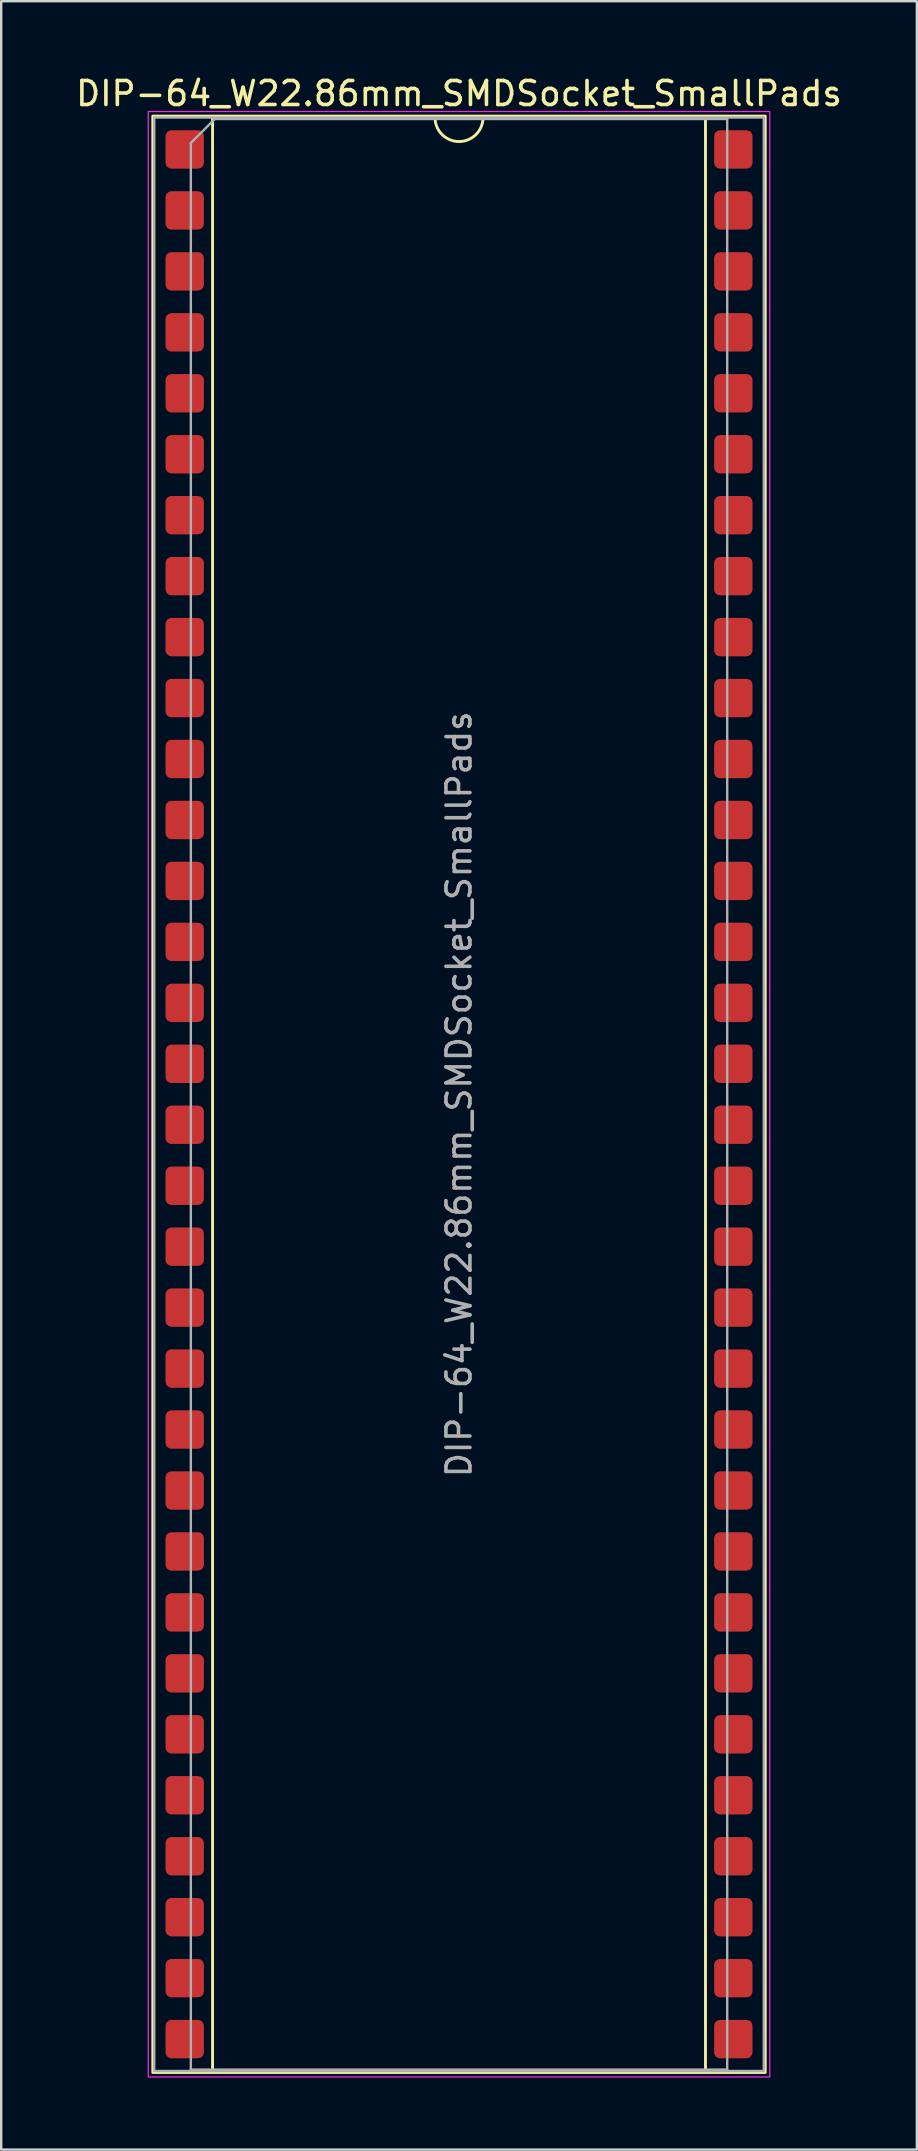
<source format=kicad_pcb>
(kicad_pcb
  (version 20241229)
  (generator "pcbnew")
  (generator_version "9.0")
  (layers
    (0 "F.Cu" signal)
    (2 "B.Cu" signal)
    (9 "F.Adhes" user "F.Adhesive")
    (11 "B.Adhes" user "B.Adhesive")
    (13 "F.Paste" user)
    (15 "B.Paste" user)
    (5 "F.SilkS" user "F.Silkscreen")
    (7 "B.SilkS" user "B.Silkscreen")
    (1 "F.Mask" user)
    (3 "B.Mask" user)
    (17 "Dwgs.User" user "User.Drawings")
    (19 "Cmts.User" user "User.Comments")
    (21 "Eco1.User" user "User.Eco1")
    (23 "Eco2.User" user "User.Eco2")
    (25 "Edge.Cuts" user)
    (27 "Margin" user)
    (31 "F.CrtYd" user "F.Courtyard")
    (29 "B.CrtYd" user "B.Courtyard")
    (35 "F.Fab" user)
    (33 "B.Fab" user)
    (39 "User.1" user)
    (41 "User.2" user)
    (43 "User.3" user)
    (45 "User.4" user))
  (footprint "DIP-64_W22.86mm_SMDSocket_SmallPads"
    (layer "F.Cu")
    (at 16.077 42.548)
    (property "Reference" "DIP-64_W22.86mm_SMDSocket_SmallPads" (at 0 -41.7 0) (layer "F.SilkS") (effects (font (size 1 1) (thickness 0.15))))
    (attr smd)
    (fp_line (start -10.27 -40.7) (end -10.27 40.7) (stroke (width 0.12) (type solid)) (layer "F.SilkS"))
    (fp_line (start -10.27 40.7) (end 10.27 40.7) (stroke (width 0.12) (type solid)) (layer "F.SilkS"))
    (fp_line (start -1 -40.7) (end -10.27 -40.7) (stroke (width 0.12) (type solid)) (layer "F.SilkS"))
    (fp_line (start 10.27 -40.7) (end 1 -40.7) (stroke (width 0.12) (type solid)) (layer "F.SilkS"))
    (fp_line (start 10.27 40.7) (end 10.27 -40.7) (stroke (width 0.12) (type solid)) (layer "F.SilkS"))
    (fp_rect (start -12.76 -40.76) (end 12.76 40.76) (stroke (width 0.12) (type solid)) (fill no) (layer "F.SilkS"))
    (fp_arc (start 1 -40.7) (mid 0 -39.7) (end -1 -40.7) (stroke (width 0.12) (type solid)) (layer "F.SilkS"))
    (fp_rect (start -12.95 -40.95) (end 12.95 40.95) (stroke (width 0.05) (type solid)) (fill no) (layer "F.CrtYd"))
    (fp_line (start -11.175 -39.64) (end -10.175 -40.64) (stroke (width 0.1) (type solid)) (layer "F.Fab"))
    (fp_line (start -11.175 40.64) (end -11.175 -39.64) (stroke (width 0.1) (type solid)) (layer "F.Fab"))
    (fp_line (start -10.175 -40.64) (end 11.175 -40.64) (stroke (width 0.1) (type solid)) (layer "F.Fab"))
    (fp_line (start 11.175 -40.64) (end 11.175 40.64) (stroke (width 0.1) (type solid)) (layer "F.Fab"))
    (fp_line (start 11.175 40.64) (end -11.175 40.64) (stroke (width 0.1) (type solid)) (layer "F.Fab"))
    (fp_rect (start -12.7 -40.7) (end 12.7 40.7) (stroke (width 0.1) (type solid)) (fill no) (layer "F.Fab"))
    (fp_text user "${REFERENCE}" (at 0 0 90) (layer "F.Fab") (effects (font (size 1 1) (thickness 0.15))))
    (pad "1" smd roundrect (at -11.43 -39.37) (size 1.6 1.6) (layers "F.Cu" "F.Mask" "F.Paste") (roundrect_rratio 0.156))
    (pad "2" smd roundrect (at -11.43 -36.83) (size 1.6 1.6) (layers "F.Cu" "F.Mask" "F.Paste") (roundrect_rratio 0.156))
    (pad "3" smd roundrect (at -11.43 -34.29) (size 1.6 1.6) (layers "F.Cu" "F.Mask" "F.Paste") (roundrect_rratio 0.156))
    (pad "4" smd roundrect (at -11.43 -31.75) (size 1.6 1.6) (layers "F.Cu" "F.Mask" "F.Paste") (roundrect_rratio 0.156))
    (pad "5" smd roundrect (at -11.43 -29.21) (size 1.6 1.6) (layers "F.Cu" "F.Mask" "F.Paste") (roundrect_rratio 0.156))
    (pad "6" smd roundrect (at -11.43 -26.67) (size 1.6 1.6) (layers "F.Cu" "F.Mask" "F.Paste") (roundrect_rratio 0.156))
    (pad "7" smd roundrect (at -11.43 -24.13) (size 1.6 1.6) (layers "F.Cu" "F.Mask" "F.Paste") (roundrect_rratio 0.156))
    (pad "8" smd roundrect (at -11.43 -21.59) (size 1.6 1.6) (layers "F.Cu" "F.Mask" "F.Paste") (roundrect_rratio 0.156))
    (pad "9" smd roundrect (at -11.43 -19.05) (size 1.6 1.6) (layers "F.Cu" "F.Mask" "F.Paste") (roundrect_rratio 0.156))
    (pad "10" smd roundrect (at -11.43 -16.51) (size 1.6 1.6) (layers "F.Cu" "F.Mask" "F.Paste") (roundrect_rratio 0.156))
    (pad "11" smd roundrect (at -11.43 -13.97) (size 1.6 1.6) (layers "F.Cu" "F.Mask" "F.Paste") (roundrect_rratio 0.156))
    (pad "12" smd roundrect (at -11.43 -11.43) (size 1.6 1.6) (layers "F.Cu" "F.Mask" "F.Paste") (roundrect_rratio 0.156))
    (pad "13" smd roundrect (at -11.43 -8.89) (size 1.6 1.6) (layers "F.Cu" "F.Mask" "F.Paste") (roundrect_rratio 0.156))
    (pad "14" smd roundrect (at -11.43 -6.35) (size 1.6 1.6) (layers "F.Cu" "F.Mask" "F.Paste") (roundrect_rratio 0.156))
    (pad "15" smd roundrect (at -11.43 -3.81) (size 1.6 1.6) (layers "F.Cu" "F.Mask" "F.Paste") (roundrect_rratio 0.156))
    (pad "16" smd roundrect (at -11.43 -1.27) (size 1.6 1.6) (layers "F.Cu" "F.Mask" "F.Paste") (roundrect_rratio 0.156))
    (pad "17" smd roundrect (at -11.43 1.27) (size 1.6 1.6) (layers "F.Cu" "F.Mask" "F.Paste") (roundrect_rratio 0.156))
    (pad "18" smd roundrect (at -11.43 3.81) (size 1.6 1.6) (layers "F.Cu" "F.Mask" "F.Paste") (roundrect_rratio 0.156))
    (pad "19" smd roundrect (at -11.43 6.35) (size 1.6 1.6) (layers "F.Cu" "F.Mask" "F.Paste") (roundrect_rratio 0.156))
    (pad "20" smd roundrect (at -11.43 8.89) (size 1.6 1.6) (layers "F.Cu" "F.Mask" "F.Paste") (roundrect_rratio 0.156))
    (pad "21" smd roundrect (at -11.43 11.43) (size 1.6 1.6) (layers "F.Cu" "F.Mask" "F.Paste") (roundrect_rratio 0.156))
    (pad "22" smd roundrect (at -11.43 13.97) (size 1.6 1.6) (layers "F.Cu" "F.Mask" "F.Paste") (roundrect_rratio 0.156))
    (pad "23" smd roundrect (at -11.43 16.51) (size 1.6 1.6) (layers "F.Cu" "F.Mask" "F.Paste") (roundrect_rratio 0.156))
    (pad "24" smd roundrect (at -11.43 19.05) (size 1.6 1.6) (layers "F.Cu" "F.Mask" "F.Paste") (roundrect_rratio 0.156))
    (pad "25" smd roundrect (at -11.43 21.59) (size 1.6 1.6) (layers "F.Cu" "F.Mask" "F.Paste") (roundrect_rratio 0.156))
    (pad "26" smd roundrect (at -11.43 24.13) (size 1.6 1.6) (layers "F.Cu" "F.Mask" "F.Paste") (roundrect_rratio 0.156))
    (pad "27" smd roundrect (at -11.43 26.67) (size 1.6 1.6) (layers "F.Cu" "F.Mask" "F.Paste") (roundrect_rratio 0.156))
    (pad "28" smd roundrect (at -11.43 29.21) (size 1.6 1.6) (layers "F.Cu" "F.Mask" "F.Paste") (roundrect_rratio 0.156))
    (pad "29" smd roundrect (at -11.43 31.75) (size 1.6 1.6) (layers "F.Cu" "F.Mask" "F.Paste") (roundrect_rratio 0.156))
    (pad "30" smd roundrect (at -11.43 34.29) (size 1.6 1.6) (layers "F.Cu" "F.Mask" "F.Paste") (roundrect_rratio 0.156))
    (pad "31" smd roundrect (at -11.43 36.83) (size 1.6 1.6) (layers "F.Cu" "F.Mask" "F.Paste") (roundrect_rratio 0.156))
    (pad "32" smd roundrect (at -11.43 39.37) (size 1.6 1.6) (layers "F.Cu" "F.Mask" "F.Paste") (roundrect_rratio 0.156))
    (pad "33" smd roundrect (at 11.43 39.37) (size 1.6 1.6) (layers "F.Cu" "F.Mask" "F.Paste") (roundrect_rratio 0.156))
    (pad "34" smd roundrect (at 11.43 36.83) (size 1.6 1.6) (layers "F.Cu" "F.Mask" "F.Paste") (roundrect_rratio 0.156))
    (pad "35" smd roundrect (at 11.43 34.29) (size 1.6 1.6) (layers "F.Cu" "F.Mask" "F.Paste") (roundrect_rratio 0.156))
    (pad "36" smd roundrect (at 11.43 31.75) (size 1.6 1.6) (layers "F.Cu" "F.Mask" "F.Paste") (roundrect_rratio 0.156))
    (pad "37" smd roundrect (at 11.43 29.21) (size 1.6 1.6) (layers "F.Cu" "F.Mask" "F.Paste") (roundrect_rratio 0.156))
    (pad "38" smd roundrect (at 11.43 26.67) (size 1.6 1.6) (layers "F.Cu" "F.Mask" "F.Paste") (roundrect_rratio 0.156))
    (pad "39" smd roundrect (at 11.43 24.13) (size 1.6 1.6) (layers "F.Cu" "F.Mask" "F.Paste") (roundrect_rratio 0.156))
    (pad "40" smd roundrect (at 11.43 21.59) (size 1.6 1.6) (layers "F.Cu" "F.Mask" "F.Paste") (roundrect_rratio 0.156))
    (pad "41" smd roundrect (at 11.43 19.05) (size 1.6 1.6) (layers "F.Cu" "F.Mask" "F.Paste") (roundrect_rratio 0.156))
    (pad "42" smd roundrect (at 11.43 16.51) (size 1.6 1.6) (layers "F.Cu" "F.Mask" "F.Paste") (roundrect_rratio 0.156))
    (pad "43" smd roundrect (at 11.43 13.97) (size 1.6 1.6) (layers "F.Cu" "F.Mask" "F.Paste") (roundrect_rratio 0.156))
    (pad "44" smd roundrect (at 11.43 11.43) (size 1.6 1.6) (layers "F.Cu" "F.Mask" "F.Paste") (roundrect_rratio 0.156))
    (pad "45" smd roundrect (at 11.43 8.89) (size 1.6 1.6) (layers "F.Cu" "F.Mask" "F.Paste") (roundrect_rratio 0.156))
    (pad "46" smd roundrect (at 11.43 6.35) (size 1.6 1.6) (layers "F.Cu" "F.Mask" "F.Paste") (roundrect_rratio 0.156))
    (pad "47" smd roundrect (at 11.43 3.81) (size 1.6 1.6) (layers "F.Cu" "F.Mask" "F.Paste") (roundrect_rratio 0.156))
    (pad "48" smd roundrect (at 11.43 1.27) (size 1.6 1.6) (layers "F.Cu" "F.Mask" "F.Paste") (roundrect_rratio 0.156))
    (pad "49" smd roundrect (at 11.43 -1.27) (size 1.6 1.6) (layers "F.Cu" "F.Mask" "F.Paste") (roundrect_rratio 0.156))
    (pad "50" smd roundrect (at 11.43 -3.81) (size 1.6 1.6) (layers "F.Cu" "F.Mask" "F.Paste") (roundrect_rratio 0.156))
    (pad "51" smd roundrect (at 11.43 -6.35) (size 1.6 1.6) (layers "F.Cu" "F.Mask" "F.Paste") (roundrect_rratio 0.156))
    (pad "52" smd roundrect (at 11.43 -8.89) (size 1.6 1.6) (layers "F.Cu" "F.Mask" "F.Paste") (roundrect_rratio 0.156))
    (pad "53" smd roundrect (at 11.43 -11.43) (size 1.6 1.6) (layers "F.Cu" "F.Mask" "F.Paste") (roundrect_rratio 0.156))
    (pad "54" smd roundrect (at 11.43 -13.97) (size 1.6 1.6) (layers "F.Cu" "F.Mask" "F.Paste") (roundrect_rratio 0.156))
    (pad "55" smd roundrect (at 11.43 -16.51) (size 1.6 1.6) (layers "F.Cu" "F.Mask" "F.Paste") (roundrect_rratio 0.156))
    (pad "56" smd roundrect (at 11.43 -19.05) (size 1.6 1.6) (layers "F.Cu" "F.Mask" "F.Paste") (roundrect_rratio 0.156))
    (pad "57" smd roundrect (at 11.43 -21.59) (size 1.6 1.6) (layers "F.Cu" "F.Mask" "F.Paste") (roundrect_rratio 0.156))
    (pad "58" smd roundrect (at 11.43 -24.13) (size 1.6 1.6) (layers "F.Cu" "F.Mask" "F.Paste") (roundrect_rratio 0.156))
    (pad "59" smd roundrect (at 11.43 -26.67) (size 1.6 1.6) (layers "F.Cu" "F.Mask" "F.Paste") (roundrect_rratio 0.156))
    (pad "60" smd roundrect (at 11.43 -29.21) (size 1.6 1.6) (layers "F.Cu" "F.Mask" "F.Paste") (roundrect_rratio 0.156))
    (pad "61" smd roundrect (at 11.43 -31.75) (size 1.6 1.6) (layers "F.Cu" "F.Mask" "F.Paste") (roundrect_rratio 0.156))
    (pad "62" smd roundrect (at 11.43 -34.29) (size 1.6 1.6) (layers "F.Cu" "F.Mask" "F.Paste") (roundrect_rratio 0.156))
    (pad "63" smd roundrect (at 11.43 -36.83) (size 1.6 1.6) (layers "F.Cu" "F.Mask" "F.Paste") (roundrect_rratio 0.156))
    (pad "64" smd roundrect (at 11.43 -39.37) (size 1.6 1.6) (layers "F.Cu" "F.Mask" "F.Paste") (roundrect_rratio 0.156)))
  (gr_rect
    (start -3 -3)
    (end 35.155 86.523)
    (stroke (width 0.1) (type default))
    (fill no)
    (layer "Edge.Cuts")))
</source>
